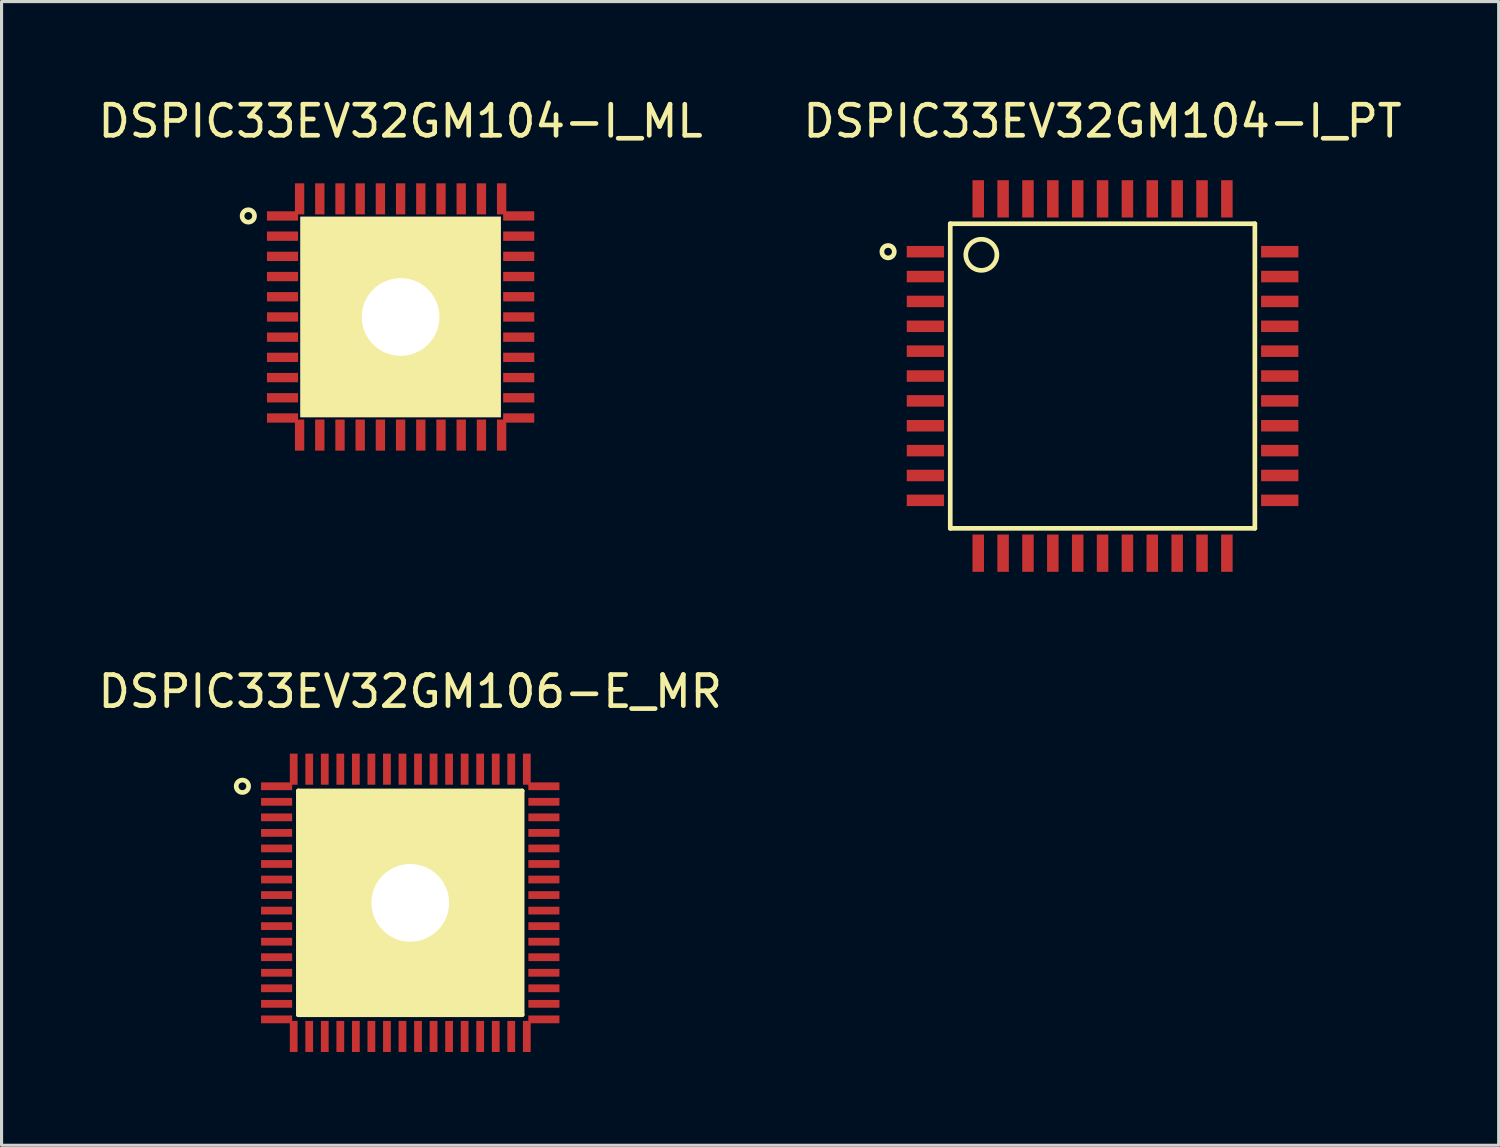
<source format=kicad_pcb>
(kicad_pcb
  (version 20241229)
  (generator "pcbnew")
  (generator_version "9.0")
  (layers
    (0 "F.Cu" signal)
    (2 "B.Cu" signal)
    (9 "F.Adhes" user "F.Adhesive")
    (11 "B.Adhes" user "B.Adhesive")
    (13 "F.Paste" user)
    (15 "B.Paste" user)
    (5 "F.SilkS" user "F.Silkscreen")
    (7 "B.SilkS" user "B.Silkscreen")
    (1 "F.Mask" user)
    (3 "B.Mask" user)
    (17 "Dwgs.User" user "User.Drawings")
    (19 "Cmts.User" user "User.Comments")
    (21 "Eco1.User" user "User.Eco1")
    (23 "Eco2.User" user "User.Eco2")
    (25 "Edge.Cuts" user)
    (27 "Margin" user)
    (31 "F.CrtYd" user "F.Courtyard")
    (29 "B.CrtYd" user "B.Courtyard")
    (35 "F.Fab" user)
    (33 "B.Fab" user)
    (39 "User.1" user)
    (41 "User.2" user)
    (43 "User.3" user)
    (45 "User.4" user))
  (footprint "DSPIC33EV32GM106-E_MR"
    (layer "F.Cu")
    (at 5.849 21.697)
    (property "Reference" "DSPIC33EV32GM106-E_MR" (at 4.3 -2.5 0) (layer "F.SilkS") (effects (font (size 1 1) (thickness 0.15))))
    (attr through_hole)
    (fp_line (start 0.7 0.7) (end 0.7 7.9) (stroke (width 0.15) (type solid)) (layer "F.SilkS"))
    (fp_line (start 0.7 0.7) (end 7.9 0.7) (stroke (width 0.15) (type solid)) (layer "F.SilkS"))
    (fp_line (start 0.7 7.9) (end 7.9 7.9) (stroke (width 0.15) (type solid)) (layer "F.SilkS"))
    (fp_line (start 7.9 7.9) (end 7.9 0.7) (stroke (width 0.15) (type solid)) (layer "F.SilkS"))
    (fp_circle (center -1.1 0.55) (end -1.1 0.35) (stroke (width 0.15) (type solid)) (fill no) (layer "F.SilkS"))
    (fp_circle (center 1.7 1.7) (end 1.7 1.2) (stroke (width 0.15) (type solid)) (fill no) (layer "F.SilkS"))
    (pad "1" smd rect (at 0 0.55) (size 1 0.25) (layers "F.Cu" "F.Mask" "F.Paste"))
    (pad "2" smd rect (at 0 1.05) (size 1 0.25) (layers "F.Cu" "F.Mask" "F.Paste"))
    (pad "3" smd rect (at 0 1.55) (size 1 0.25) (layers "F.Cu" "F.Mask" "F.Paste"))
    (pad "4" smd rect (at 0 2.05) (size 1 0.25) (layers "F.Cu" "F.Mask" "F.Paste"))
    (pad "5" smd rect (at 0 2.55) (size 1 0.25) (layers "F.Cu" "F.Mask" "F.Paste"))
    (pad "6" smd rect (at 0 3.05) (size 1 0.25) (layers "F.Cu" "F.Mask" "F.Paste"))
    (pad "7" smd rect (at 0 3.55) (size 1 0.25) (layers "F.Cu" "F.Mask" "F.Paste"))
    (pad "8" smd rect (at 0 4.05) (size 1 0.25) (layers "F.Cu" "F.Mask" "F.Paste"))
    (pad "9" smd rect (at 0 4.55) (size 1 0.25) (layers "F.Cu" "F.Mask" "F.Paste"))
    (pad "10" smd rect (at 0 5.05) (size 1 0.25) (layers "F.Cu" "F.Mask" "F.Paste"))
    (pad "11" smd rect (at 0 5.55) (size 1 0.25) (layers "F.Cu" "F.Mask" "F.Paste"))
    (pad "12" smd rect (at 0 6.05) (size 1 0.25) (layers "F.Cu" "F.Mask" "F.Paste"))
    (pad "13" smd rect (at 0 6.55) (size 1 0.25) (layers "F.Cu" "F.Mask" "F.Paste"))
    (pad "14" smd rect (at 0 7.05) (size 1 0.25) (layers "F.Cu" "F.Mask" "F.Paste"))
    (pad "15" smd rect (at 0 7.55) (size 1 0.25) (layers "F.Cu" "F.Mask" "F.Paste"))
    (pad "16" smd rect (at 0 8.05) (size 1 0.25) (layers "F.Cu" "F.Mask" "F.Paste"))
    (pad "17" smd rect (at 0.55 8.6) (size 0.25 1) (layers "F.Cu" "F.Mask" "F.Paste"))
    (pad "18" smd rect (at 1.05 8.6) (size 0.25 1) (layers "F.Cu" "F.Mask" "F.Paste"))
    (pad "19" smd rect (at 1.55 8.6) (size 0.25 1) (layers "F.Cu" "F.Mask" "F.Paste"))
    (pad "20" smd rect (at 2.05 8.6) (size 0.25 1) (layers "F.Cu" "F.Mask" "F.Paste"))
    (pad "21" smd rect (at 2.55 8.6) (size 0.25 1) (layers "F.Cu" "F.Mask" "F.Paste"))
    (pad "22" smd rect (at 3.05 8.6) (size 0.25 1) (layers "F.Cu" "F.Mask" "F.Paste"))
    (pad "23" smd rect (at 3.55 8.6) (size 0.25 1) (layers "F.Cu" "F.Mask" "F.Paste"))
    (pad "24" smd rect (at 4.05 8.6) (size 0.25 1) (layers "F.Cu" "F.Mask" "F.Paste"))
    (pad "25" smd rect (at 4.55 8.6) (size 0.25 1) (layers "F.Cu" "F.Mask" "F.Paste"))
    (pad "26" smd rect (at 5.05 8.6) (size 0.25 1) (layers "F.Cu" "F.Mask" "F.Paste"))
    (pad "27" smd rect (at 5.55 8.6) (size 0.25 1) (layers "F.Cu" "F.Mask" "F.Paste"))
    (pad "28" smd rect (at 6.05 8.6) (size 0.25 1) (layers "F.Cu" "F.Mask" "F.Paste"))
    (pad "29" smd rect (at 6.55 8.6) (size 0.25 1) (layers "F.Cu" "F.Mask" "F.Paste"))
    (pad "30" smd rect (at 7.05 8.6) (size 0.25 1) (layers "F.Cu" "F.Mask" "F.Paste"))
    (pad "31" smd rect (at 7.55 8.6) (size 0.25 1) (layers "F.Cu" "F.Mask" "F.Paste"))
    (pad "32" smd rect (at 8.05 8.6) (size 0.25 1) (layers "F.Cu" "F.Mask" "F.Paste"))
    (pad "33" smd rect (at 8.6 8.05) (size 1 0.25) (layers "F.Cu" "F.Mask" "F.Paste"))
    (pad "34" smd rect (at 8.6 7.55) (size 1 0.25) (layers "F.Cu" "F.Mask" "F.Paste"))
    (pad "35" smd rect (at 8.6 7.05) (size 1 0.25) (layers "F.Cu" "F.Mask" "F.Paste"))
    (pad "36" smd rect (at 8.6 6.55) (size 1 0.25) (layers "F.Cu" "F.Mask" "F.Paste"))
    (pad "37" smd rect (at 8.6 6.05) (size 1 0.25) (layers "F.Cu" "F.Mask" "F.Paste"))
    (pad "38" smd rect (at 8.6 5.55) (size 1 0.25) (layers "F.Cu" "F.Mask" "F.Paste"))
    (pad "39" smd rect (at 8.6 5.05) (size 1 0.25) (layers "F.Cu" "F.Mask" "F.Paste"))
    (pad "40" smd rect (at 8.6 4.55) (size 1 0.25) (layers "F.Cu" "F.Mask" "F.Paste"))
    (pad "41" smd rect (at 8.6 4.05) (size 1 0.25) (layers "F.Cu" "F.Mask" "F.Paste"))
    (pad "42" smd rect (at 8.6 3.55) (size 1 0.25) (layers "F.Cu" "F.Mask" "F.Paste"))
    (pad "43" smd rect (at 8.6 3.05) (size 1 0.25) (layers "F.Cu" "F.Mask" "F.Paste"))
    (pad "44" smd rect (at 8.6 2.55) (size 1 0.25) (layers "F.Cu" "F.Mask" "F.Paste"))
    (pad "45" smd rect (at 8.6 2.05) (size 1 0.25) (layers "F.Cu" "F.Mask" "F.Paste"))
    (pad "46" smd rect (at 8.6 1.55) (size 1 0.25) (layers "F.Cu" "F.Mask" "F.Paste"))
    (pad "47" smd rect (at 8.6 1.05) (size 1 0.25) (layers "F.Cu" "F.Mask" "F.Paste"))
    (pad "48" smd rect (at 8.6 0.55) (size 1 0.25) (layers "F.Cu" "F.Mask" "F.Paste"))
    (pad "49" smd rect (at 8.05 0) (size 0.25 1) (layers "F.Cu" "F.Mask" "F.Paste"))
    (pad "50" smd rect (at 7.55 0) (size 0.25 1) (layers "F.Cu" "F.Mask" "F.Paste"))
    (pad "51" smd rect (at 7.05 0) (size 0.25 1) (layers "F.Cu" "F.Mask" "F.Paste"))
    (pad "52" smd rect (at 6.55 0) (size 0.25 1) (layers "F.Cu" "F.Mask" "F.Paste"))
    (pad "53" smd rect (at 6.05 0) (size 0.25 1) (layers "F.Cu" "F.Mask" "F.Paste"))
    (pad "54" smd rect (at 5.55 0) (size 0.25 1) (layers "F.Cu" "F.Mask" "F.Paste"))
    (pad "55" smd rect (at 5.05 0) (size 0.25 1) (layers "F.Cu" "F.Mask" "F.Paste"))
    (pad "56" smd rect (at 4.55 0) (size 0.25 1) (layers "F.Cu" "F.Mask" "F.Paste"))
    (pad "57" smd rect (at 4.05 0) (size 0.25 1) (layers "F.Cu" "F.Mask" "F.Paste"))
    (pad "58" smd rect (at 3.55 0) (size 0.25 1) (layers "F.Cu" "F.Mask" "F.Paste"))
    (pad "59" smd rect (at 3.05 0) (size 0.25 1) (layers "F.Cu" "F.Mask" "F.Paste"))
    (pad "60" smd rect (at 2.55 0) (size 0.25 1) (layers "F.Cu" "F.Mask" "F.Paste"))
    (pad "61" smd rect (at 2.05 0) (size 0.25 1) (layers "F.Cu" "F.Mask" "F.Paste"))
    (pad "62" smd rect (at 1.55 0) (size 0.25 1) (layers "F.Cu" "F.Mask" "F.Paste"))
    (pad "63" smd rect (at 1.05 0) (size 0.25 1) (layers "F.Cu" "F.Mask" "F.Paste"))
    (pad "64" smd rect (at 0.55 0) (size 0.25 1) (layers "F.Cu" "F.Mask" "F.Paste"))
    (pad "999" thru_hole rect (at 4.3 4.3) (size 7.15 7.15) (drill 2.5) (layers "*.Cu" "*.Mask" "F.SilkS")))
  (footprint "DSPIC33EV32GM104-I_PT"
    (layer "F.Cu")
    (at 26.723 3.348)
    (property "Reference" "DSPIC33EV32GM104-I_PT" (at 5.7 -2.5 0) (layer "F.SilkS") (effects (font (size 1 1) (thickness 0.15))))
    (attr through_hole)
    (fp_line (start 0.8 0.8) (end 0.8 10.6) (stroke (width 0.15) (type solid)) (layer "F.SilkS"))
    (fp_line (start 0.8 0.8) (end 10.6 0.8) (stroke (width 0.15) (type solid)) (layer "F.SilkS"))
    (fp_line (start 0.8 10.6) (end 10.6 10.6) (stroke (width 0.15) (type solid)) (layer "F.SilkS"))
    (fp_line (start 10.6 10.6) (end 10.6 0.8) (stroke (width 0.15) (type solid)) (layer "F.SilkS"))
    (fp_circle (center -1.2 1.7) (end -1.2 1.5) (stroke (width 0.15) (type solid)) (fill no) (layer "F.SilkS"))
    (fp_circle (center 1.8 1.8) (end 1.8 1.3) (stroke (width 0.15) (type solid)) (fill no) (layer "F.SilkS"))
    (pad "1" smd rect (at 0 1.7) (size 1.2 0.37) (layers "F.Cu" "F.Mask" "F.Paste"))
    (pad "2" smd rect (at 0 2.5) (size 1.2 0.37) (layers "F.Cu" "F.Mask" "F.Paste"))
    (pad "3" smd rect (at 0 3.3) (size 1.2 0.37) (layers "F.Cu" "F.Mask" "F.Paste"))
    (pad "4" smd rect (at 0 4.1) (size 1.2 0.37) (layers "F.Cu" "F.Mask" "F.Paste"))
    (pad "5" smd rect (at 0 4.9) (size 1.2 0.37) (layers "F.Cu" "F.Mask" "F.Paste"))
    (pad "6" smd rect (at 0 5.7) (size 1.2 0.37) (layers "F.Cu" "F.Mask" "F.Paste"))
    (pad "7" smd rect (at 0 6.5) (size 1.2 0.37) (layers "F.Cu" "F.Mask" "F.Paste"))
    (pad "8" smd rect (at 0 7.3) (size 1.2 0.37) (layers "F.Cu" "F.Mask" "F.Paste"))
    (pad "9" smd rect (at 0 8.1) (size 1.2 0.37) (layers "F.Cu" "F.Mask" "F.Paste"))
    (pad "10" smd rect (at 0 8.9) (size 1.2 0.37) (layers "F.Cu" "F.Mask" "F.Paste"))
    (pad "11" smd rect (at 0 9.7) (size 1.2 0.37) (layers "F.Cu" "F.Mask" "F.Paste"))
    (pad "12" smd rect (at 1.7 11.4) (size 0.37 1.2) (layers "F.Cu" "F.Mask" "F.Paste"))
    (pad "13" smd rect (at 2.5 11.4) (size 0.37 1.2) (layers "F.Cu" "F.Mask" "F.Paste"))
    (pad "14" smd rect (at 3.3 11.4) (size 0.37 1.2) (layers "F.Cu" "F.Mask" "F.Paste"))
    (pad "15" smd rect (at 4.1 11.4) (size 0.37 1.2) (layers "F.Cu" "F.Mask" "F.Paste"))
    (pad "16" smd rect (at 4.9 11.4) (size 0.37 1.2) (layers "F.Cu" "F.Mask" "F.Paste"))
    (pad "17" smd rect (at 5.7 11.4) (size 0.37 1.2) (layers "F.Cu" "F.Mask" "F.Paste"))
    (pad "18" smd rect (at 6.5 11.4) (size 0.37 1.2) (layers "F.Cu" "F.Mask" "F.Paste"))
    (pad "19" smd rect (at 7.3 11.4) (size 0.37 1.2) (layers "F.Cu" "F.Mask" "F.Paste"))
    (pad "20" smd rect (at 8.1 11.4) (size 0.37 1.2) (layers "F.Cu" "F.Mask" "F.Paste"))
    (pad "21" smd rect (at 8.9 11.4) (size 0.37 1.2) (layers "F.Cu" "F.Mask" "F.Paste"))
    (pad "22" smd rect (at 9.7 11.4) (size 0.37 1.2) (layers "F.Cu" "F.Mask" "F.Paste"))
    (pad "23" smd rect (at 11.4 9.7) (size 1.2 0.37) (layers "F.Cu" "F.Mask" "F.Paste"))
    (pad "24" smd rect (at 11.4 8.9) (size 1.2 0.37) (layers "F.Cu" "F.Mask" "F.Paste"))
    (pad "25" smd rect (at 11.4 8.1) (size 1.2 0.37) (layers "F.Cu" "F.Mask" "F.Paste"))
    (pad "26" smd rect (at 11.4 7.3) (size 1.2 0.37) (layers "F.Cu" "F.Mask" "F.Paste"))
    (pad "27" smd rect (at 11.4 6.5) (size 1.2 0.37) (layers "F.Cu" "F.Mask" "F.Paste"))
    (pad "28" smd rect (at 11.4 5.7) (size 1.2 0.37) (layers "F.Cu" "F.Mask" "F.Paste"))
    (pad "29" smd rect (at 11.4 4.9) (size 1.2 0.37) (layers "F.Cu" "F.Mask" "F.Paste"))
    (pad "30" smd rect (at 11.4 4.1) (size 1.2 0.37) (layers "F.Cu" "F.Mask" "F.Paste"))
    (pad "31" smd rect (at 11.4 3.3) (size 1.2 0.37) (layers "F.Cu" "F.Mask" "F.Paste"))
    (pad "32" smd rect (at 11.4 2.5) (size 1.2 0.37) (layers "F.Cu" "F.Mask" "F.Paste"))
    (pad "33" smd rect (at 11.4 1.7) (size 1.2 0.37) (layers "F.Cu" "F.Mask" "F.Paste"))
    (pad "34" smd rect (at 9.7 0) (size 0.37 1.2) (layers "F.Cu" "F.Mask" "F.Paste"))
    (pad "35" smd rect (at 8.9 0) (size 0.37 1.2) (layers "F.Cu" "F.Mask" "F.Paste"))
    (pad "36" smd rect (at 8.1 0) (size 0.37 1.2) (layers "F.Cu" "F.Mask" "F.Paste"))
    (pad "37" smd rect (at 7.3 0) (size 0.37 1.2) (layers "F.Cu" "F.Mask" "F.Paste"))
    (pad "38" smd rect (at 6.5 0) (size 0.37 1.2) (layers "F.Cu" "F.Mask" "F.Paste"))
    (pad "39" smd rect (at 5.7 0) (size 0.37 1.2) (layers "F.Cu" "F.Mask" "F.Paste"))
    (pad "40" smd rect (at 4.9 0) (size 0.37 1.2) (layers "F.Cu" "F.Mask" "F.Paste"))
    (pad "41" smd rect (at 4.1 0) (size 0.37 1.2) (layers "F.Cu" "F.Mask" "F.Paste"))
    (pad "42" smd rect (at 3.3 0) (size 0.37 1.2) (layers "F.Cu" "F.Mask" "F.Paste"))
    (pad "43" smd rect (at 2.5 0) (size 0.37 1.2) (layers "F.Cu" "F.Mask" "F.Paste"))
    (pad "44" smd rect (at 1.7 0) (size 0.37 1.2) (layers "F.Cu" "F.Mask" "F.Paste")))
  (footprint "DSPIC33EV32GM104-I_ML"
    (layer "F.Cu")
    (at 6.039 3.348)
    (property "Reference" "DSPIC33EV32GM104-I_ML" (at 3.8 -2.5 0) (layer "F.SilkS") (effects (font (size 1 1) (thickness 0.15))))
    (attr through_hole)
    (fp_line (start 0.7 0.7) (end 0.7 6.9) (stroke (width 0.15) (type solid)) (layer "F.SilkS"))
    (fp_line (start 0.7 0.7) (end 6.9 0.7) (stroke (width 0.15) (type solid)) (layer "F.SilkS"))
    (fp_line (start 0.7 6.9) (end 6.9 6.9) (stroke (width 0.15) (type solid)) (layer "F.SilkS"))
    (fp_line (start 6.9 6.9) (end 6.9 0.7) (stroke (width 0.15) (type solid)) (layer "F.SilkS"))
    (fp_circle (center -1.1 0.55) (end -1.1 0.35) (stroke (width 0.15) (type solid)) (fill no) (layer "F.SilkS"))
    (fp_circle (center 1.7 1.7) (end 1.7 1.2) (stroke (width 0.15) (type solid)) (fill no) (layer "F.SilkS"))
    (pad "1" smd rect (at 0 0.55) (size 1 0.3) (layers "F.Cu" "F.Mask" "F.Paste"))
    (pad "2" smd rect (at 0 1.2) (size 1 0.3) (layers "F.Cu" "F.Mask" "F.Paste"))
    (pad "3" smd rect (at 0 1.85) (size 1 0.3) (layers "F.Cu" "F.Mask" "F.Paste"))
    (pad "4" smd rect (at 0 2.5) (size 1 0.3) (layers "F.Cu" "F.Mask" "F.Paste"))
    (pad "5" smd rect (at 0 3.15) (size 1 0.3) (layers "F.Cu" "F.Mask" "F.Paste"))
    (pad "6" smd rect (at 0 3.8) (size 1 0.3) (layers "F.Cu" "F.Mask" "F.Paste"))
    (pad "7" smd rect (at 0 4.45) (size 1 0.3) (layers "F.Cu" "F.Mask" "F.Paste"))
    (pad "8" smd rect (at 0 5.1) (size 1 0.3) (layers "F.Cu" "F.Mask" "F.Paste"))
    (pad "9" smd rect (at 0 5.75) (size 1 0.3) (layers "F.Cu" "F.Mask" "F.Paste"))
    (pad "10" smd rect (at 0 6.4) (size 1 0.3) (layers "F.Cu" "F.Mask" "F.Paste"))
    (pad "11" smd rect (at 0 7.05) (size 1 0.3) (layers "F.Cu" "F.Mask" "F.Paste"))
    (pad "12" smd rect (at 0.55 7.6) (size 0.3 1) (layers "F.Cu" "F.Mask" "F.Paste"))
    (pad "13" smd rect (at 1.2 7.6) (size 0.3 1) (layers "F.Cu" "F.Mask" "F.Paste"))
    (pad "14" smd rect (at 1.85 7.6) (size 0.3 1) (layers "F.Cu" "F.Mask" "F.Paste"))
    (pad "15" smd rect (at 2.5 7.6) (size 0.3 1) (layers "F.Cu" "F.Mask" "F.Paste"))
    (pad "16" smd rect (at 3.15 7.6) (size 0.3 1) (layers "F.Cu" "F.Mask" "F.Paste"))
    (pad "17" smd rect (at 3.8 7.6) (size 0.3 1) (layers "F.Cu" "F.Mask" "F.Paste"))
    (pad "18" smd rect (at 4.45 7.6) (size 0.3 1) (layers "F.Cu" "F.Mask" "F.Paste"))
    (pad "19" smd rect (at 5.1 7.6) (size 0.3 1) (layers "F.Cu" "F.Mask" "F.Paste"))
    (pad "20" smd rect (at 5.75 7.6) (size 0.3 1) (layers "F.Cu" "F.Mask" "F.Paste"))
    (pad "21" smd rect (at 6.4 7.6) (size 0.3 1) (layers "F.Cu" "F.Mask" "F.Paste"))
    (pad "22" smd rect (at 7.05 7.6) (size 0.3 1) (layers "F.Cu" "F.Mask" "F.Paste"))
    (pad "23" smd rect (at 7.6 7.05) (size 1 0.3) (layers "F.Cu" "F.Mask" "F.Paste"))
    (pad "24" smd rect (at 7.6 6.4) (size 1 0.3) (layers "F.Cu" "F.Mask" "F.Paste"))
    (pad "25" smd rect (at 7.6 5.75) (size 1 0.3) (layers "F.Cu" "F.Mask" "F.Paste"))
    (pad "26" smd rect (at 7.6 5.1) (size 1 0.3) (layers "F.Cu" "F.Mask" "F.Paste"))
    (pad "27" smd rect (at 7.6 4.45) (size 1 0.3) (layers "F.Cu" "F.Mask" "F.Paste"))
    (pad "28" smd rect (at 7.6 3.8) (size 1 0.3) (layers "F.Cu" "F.Mask" "F.Paste"))
    (pad "29" smd rect (at 7.6 3.15) (size 1 0.3) (layers "F.Cu" "F.Mask" "F.Paste"))
    (pad "30" smd rect (at 7.6 2.5) (size 1 0.3) (layers "F.Cu" "F.Mask" "F.Paste"))
    (pad "31" smd rect (at 7.6 1.85) (size 1 0.3) (layers "F.Cu" "F.Mask" "F.Paste"))
    (pad "32" smd rect (at 7.6 1.2) (size 1 0.3) (layers "F.Cu" "F.Mask" "F.Paste"))
    (pad "33" smd rect (at 7.6 0.55) (size 1 0.3) (layers "F.Cu" "F.Mask" "F.Paste"))
    (pad "34" smd rect (at 7.05 0) (size 0.3 1) (layers "F.Cu" "F.Mask" "F.Paste"))
    (pad "35" smd rect (at 6.4 0) (size 0.3 1) (layers "F.Cu" "F.Mask" "F.Paste"))
    (pad "36" smd rect (at 5.75 0) (size 0.3 1) (layers "F.Cu" "F.Mask" "F.Paste"))
    (pad "37" smd rect (at 5.1 0) (size 0.3 1) (layers "F.Cu" "F.Mask" "F.Paste"))
    (pad "38" smd rect (at 4.45 0) (size 0.3 1) (layers "F.Cu" "F.Mask" "F.Paste"))
    (pad "39" smd rect (at 3.8 0) (size 0.3 1) (layers "F.Cu" "F.Mask" "F.Paste"))
    (pad "40" smd rect (at 3.15 0) (size 0.3 1) (layers "F.Cu" "F.Mask" "F.Paste"))
    (pad "41" smd rect (at 2.5 0) (size 0.3 1) (layers "F.Cu" "F.Mask" "F.Paste"))
    (pad "42" smd rect (at 1.85 0) (size 0.3 1) (layers "F.Cu" "F.Mask" "F.Paste"))
    (pad "43" smd rect (at 1.2 0) (size 0.3 1) (layers "F.Cu" "F.Mask" "F.Paste"))
    (pad "44" smd rect (at 0.55 0) (size 0.3 1) (layers "F.Cu" "F.Mask" "F.Paste"))
    (pad "999" thru_hole rect (at 3.8 3.8) (size 6.45 6.45) (drill 2.5) (layers "*.Cu" "*.Mask" "F.SilkS")))
  (gr_rect
    (start -3 -3)
    (end 45.167 33.797)
    (stroke (width 0.1) (type default))
    (fill no)
    (layer "Edge.Cuts")))
</source>
